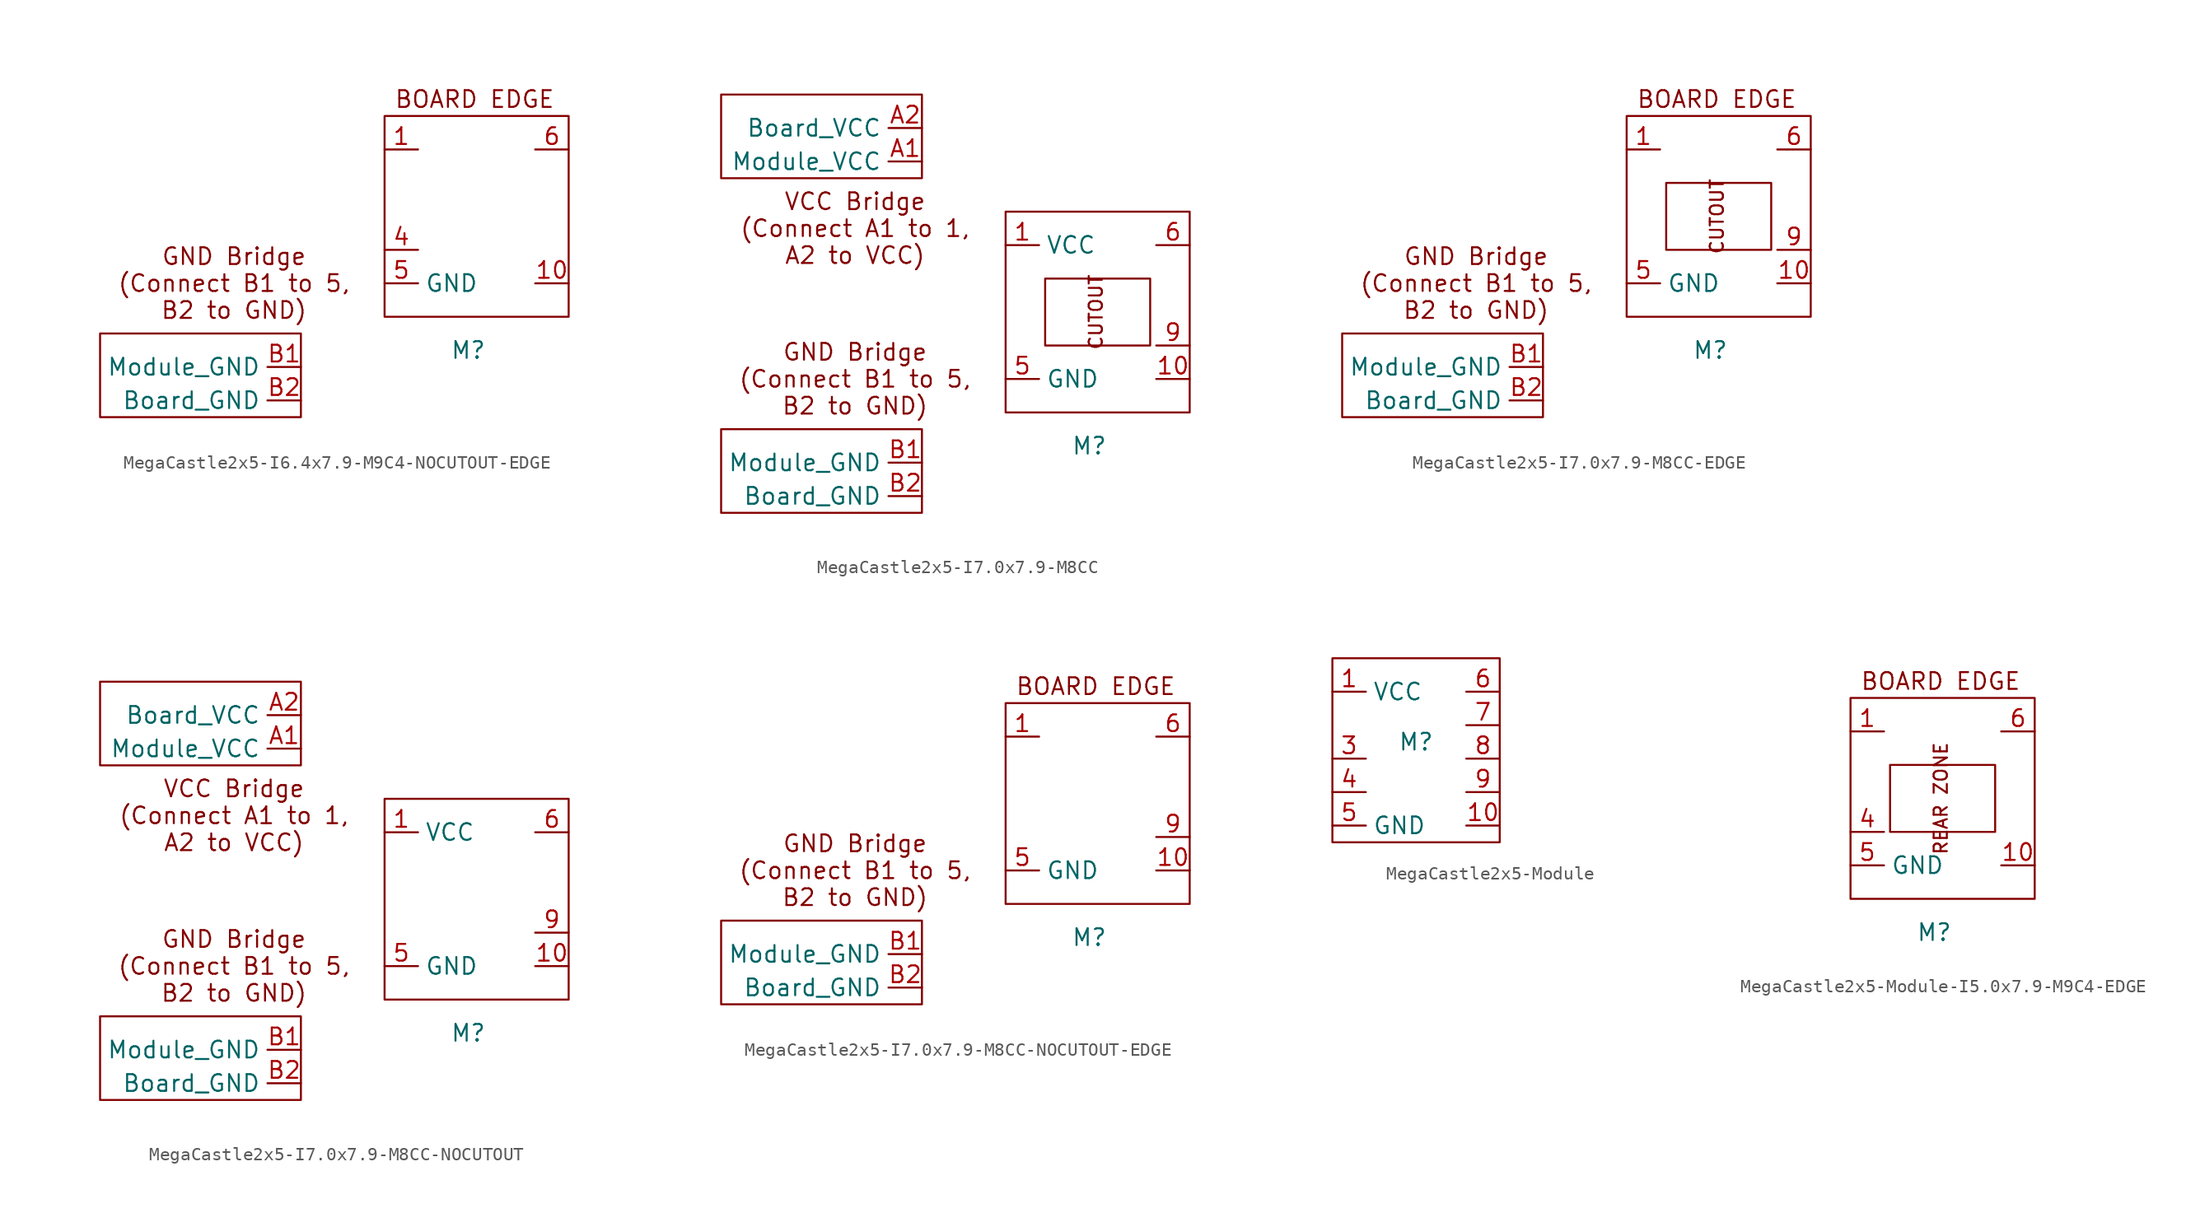
<source format=kicad_sym>
(kicad_symbol_lib
  (version 20241209)
  (generator "kicad_symbol_editor")
  (generator_version "9.0")
  (symbol "MegaCastle2x5-I6.4x7.9-M9C4-NOCUTOUT-EDGE"
    (property "Reference" "M"
      (at 0 -10.16 0)
      (effects (font (size 1.27 1.27))))
    (property "Value" ""
      (at 0 5.08 0)
      (effects (font (size 1.27 1.27))))
    (symbol "MegaCastle2x5-I6.4x7.9-M9C4-NOCUTOUT-EDGE_0_1"
      (rectangle (start -27.94 -8.89) (end -12.7 -15.24) (stroke (width 0) (type default)) (fill (type none)))
      (rectangle (start -6.35 7.62) (end 7.62 -7.62) (stroke (width 0) (type default)) (fill (type none))))
    (symbol "MegaCastle2x5-I6.4x7.9-M9C4-NOCUTOUT-EDGE_1_1"
      (text "GND Bridge\n(Connect B1 to 5,\nB2 to GND)" (at -17.78 -5.08 0) (effects (font (size 1.27 1.27))))
      (text " BOARD EDGE" (at 0 8.89 0) (effects (font (size 1.27 1.27))))
      (pin bidirectional line (at -12.7 -11.43 180) (length 2.54) (name "Module_GND" (effects (font (size 1.27 1.27)))) (number "B1" (effects (font (size 1.27 1.27)))))
      (pin bidirectional line (at -12.7 -13.97 180) (length 2.54) (name "Board_GND" (effects (font (size 1.27 1.27)))) (number "B2" (effects (font (size 1.27 1.27)))))
      (pin bidirectional line (at -6.35 5.08 0) (length 2.54) (name "" (effects (font (size 1.27 1.27)))) (number "1" (effects (font (size 1.27 1.27)))))
      (pin bidirectional line (at -6.35 -2.54 0) (length 2.54) (name "" (effects (font (size 1.27 1.27)))) (number "4" (effects (font (size 1.27 1.27)))))
      (pin bidirectional line (at -6.35 -5.08 0) (length 2.54) (name "GND" (effects (font (size 1.27 1.27)))) (number "5" (effects (font (size 1.27 1.27)))))
      (pin bidirectional line (at 7.62 5.08 180) (length 2.54) (name "" (effects (font (size 1.27 1.27)))) (number "6" (effects (font (size 1.27 1.27)))))
      (pin bidirectional line (at 7.62 -5.08 180) (length 2.54) (name "" (effects (font (size 1.27 1.27)))) (number "10" (effects (font (size 1.27 1.27)))))))
  (symbol "MegaCastle2x5-I7.0x7.9-M8CC"
    (property "Reference" "M"
      (at 0 -10.16 0)
      (effects (font (size 1.27 1.27))))
    (property "Value" ""
      (at 0 5.08 0)
      (effects (font (size 1.27 1.27))))
    (symbol "MegaCastle2x5-I7.0x7.9-M8CC_0_1"
      (rectangle (start -27.94 16.51) (end -12.7 10.16) (stroke (width 0) (type default)) (fill (type none)))
      (rectangle (start -27.94 -8.89) (end -12.7 -15.24) (stroke (width 0) (type default)) (fill (type none)))
      (rectangle (start -6.35 7.62) (end 7.62 -7.62) (stroke (width 0) (type default)) (fill (type none)))
      (rectangle (start -3.35 2.54) (end 4.62 -2.54) (stroke (width 0) (type default)) (fill (type none))))
    (symbol "MegaCastle2x5-I7.0x7.9-M8CC_1_1"
      (text "VCC Bridge\n(Connect A1 to 1,\nA2 to VCC)" (at -17.78 6.35 0) (effects (font (size 1.27 1.27))))
      (text "GND Bridge\n(Connect B1 to 5,\nB2 to GND)" (at -17.78 -5.08 0) (effects (font (size 1.27 1.27))))
      (text "CUTOUT" (at 0.5 0 900) (effects (font (size 1 1))))
      (pin bidirectional line (at -12.7 13.97 180) (length 2.54) (name "Board_VCC" (effects (font (size 1.27 1.27)))) (number "A2" (effects (font (size 1.27 1.27)))))
      (pin bidirectional line (at -12.7 11.43 180) (length 2.54) (name "Module_VCC" (effects (font (size 1.27 1.27)))) (number "A1" (effects (font (size 1.27 1.27)))))
      (pin bidirectional line (at -12.7 -11.43 180) (length 2.54) (name "Module_GND" (effects (font (size 1.27 1.27)))) (number "B1" (effects (font (size 1.27 1.27)))))
      (pin bidirectional line (at -12.7 -13.97 180) (length 2.54) (name "Board_GND" (effects (font (size 1.27 1.27)))) (number "B2" (effects (font (size 1.27 1.27)))))
      (pin bidirectional line (at -6.35 5.08 0) (length 2.54) (name "VCC" (effects (font (size 1.27 1.27)))) (number "1" (effects (font (size 1.27 1.27)))))
      (pin bidirectional line (at -6.35 -5.08 0) (length 2.54) (name "GND" (effects (font (size 1.27 1.27)))) (number "5" (effects (font (size 1.27 1.27)))))
      (pin bidirectional line (at 7.62 5.08 180) (length 2.54) (name "" (effects (font (size 1.27 1.27)))) (number "6" (effects (font (size 1.27 1.27)))))
      (pin bidirectional line (at 7.62 -2.54 180) (length 2.54) (name "" (effects (font (size 1.27 1.27)))) (number "9" (effects (font (size 1.27 1.27)))))
      (pin bidirectional line (at 7.62 -5.08 180) (length 2.54) (name "" (effects (font (size 1.27 1.27)))) (number "10" (effects (font (size 1.27 1.27)))))))
  (symbol "MegaCastle2x5-I7.0x7.9-M8CC-EDGE"
    (property "Reference" "M"
      (at 0 -10.16 0)
      (effects (font (size 1.27 1.27))))
    (property "Value" ""
      (at 0 5.08 0)
      (effects (font (size 1.27 1.27))))
    (symbol "MegaCastle2x5-I7.0x7.9-M8CC-EDGE_0_1"
      (rectangle (start -27.94 -8.89) (end -12.7 -15.24) (stroke (width 0) (type default)) (fill (type none)))
      (rectangle (start -6.35 7.62) (end 7.62 -7.62) (stroke (width 0) (type default)) (fill (type none)))
      (rectangle (start -3.35 2.54) (end 4.62 -2.54) (stroke (width 0) (type default)) (fill (type none))))
    (symbol "MegaCastle2x5-I7.0x7.9-M8CC-EDGE_1_1"
      (text "GND Bridge\n(Connect B1 to 5,\nB2 to GND)" (at -17.78 -5.08 0) (effects (font (size 1.27 1.27))))
      (text " BOARD EDGE" (at 0 8.89 0) (effects (font (size 1.27 1.27))))
      (text "CUTOUT" (at 0.5 0 900) (effects (font (size 1 1))))
      (pin bidirectional line (at -12.7 -11.43 180) (length 2.54) (name "Module_GND" (effects (font (size 1.27 1.27)))) (number "B1" (effects (font (size 1.27 1.27)))))
      (pin bidirectional line (at -12.7 -13.97 180) (length 2.54) (name "Board_GND" (effects (font (size 1.27 1.27)))) (number "B2" (effects (font (size 1.27 1.27)))))
      (pin bidirectional line (at -6.35 5.08 0) (length 2.54) (name "" (effects (font (size 1.27 1.27)))) (number "1" (effects (font (size 1.27 1.27)))))
      (pin bidirectional line (at -6.35 -5.08 0) (length 2.54) (name "GND" (effects (font (size 1.27 1.27)))) (number "5" (effects (font (size 1.27 1.27)))))
      (pin bidirectional line (at 7.62 5.08 180) (length 2.54) (name "" (effects (font (size 1.27 1.27)))) (number "6" (effects (font (size 1.27 1.27)))))
      (pin bidirectional line (at 7.62 -2.54 180) (length 2.54) (name "" (effects (font (size 1.27 1.27)))) (number "9" (effects (font (size 1.27 1.27)))))
      (pin bidirectional line (at 7.62 -5.08 180) (length 2.54) (name "" (effects (font (size 1.27 1.27)))) (number "10" (effects (font (size 1.27 1.27)))))))
  (symbol "MegaCastle2x5-I7.0x7.9-M8CC-NOCUTOUT"
    (property "Reference" "M"
      (at 0 -10.16 0)
      (effects (font (size 1.27 1.27))))
    (property "Value" ""
      (at 0 5.08 0)
      (effects (font (size 1.27 1.27))))
    (symbol "MegaCastle2x5-I7.0x7.9-M8CC-NOCUTOUT_0_1"
      (rectangle (start -27.94 16.51) (end -12.7 10.16) (stroke (width 0) (type default)) (fill (type none)))
      (rectangle (start -27.94 -8.89) (end -12.7 -15.24) (stroke (width 0) (type default)) (fill (type none)))
      (rectangle (start -6.35 7.62) (end 7.62 -7.62) (stroke (width 0) (type default)) (fill (type none))))
    (symbol "MegaCastle2x5-I7.0x7.9-M8CC-NOCUTOUT_1_1"
      (text "VCC Bridge\n(Connect A1 to 1,\nA2 to VCC)" (at -17.78 6.35 0) (effects (font (size 1.27 1.27))))
      (text "GND Bridge\n(Connect B1 to 5,\nB2 to GND)" (at -17.78 -5.08 0) (effects (font (size 1.27 1.27))))
      (pin bidirectional line (at -12.7 13.97 180) (length 2.54) (name "Board_VCC" (effects (font (size 1.27 1.27)))) (number "A2" (effects (font (size 1.27 1.27)))))
      (pin bidirectional line (at -12.7 11.43 180) (length 2.54) (name "Module_VCC" (effects (font (size 1.27 1.27)))) (number "A1" (effects (font (size 1.27 1.27)))))
      (pin bidirectional line (at -12.7 -11.43 180) (length 2.54) (name "Module_GND" (effects (font (size 1.27 1.27)))) (number "B1" (effects (font (size 1.27 1.27)))))
      (pin bidirectional line (at -12.7 -13.97 180) (length 2.54) (name "Board_GND" (effects (font (size 1.27 1.27)))) (number "B2" (effects (font (size 1.27 1.27)))))
      (pin bidirectional line (at -6.35 5.08 0) (length 2.54) (name "VCC" (effects (font (size 1.27 1.27)))) (number "1" (effects (font (size 1.27 1.27)))))
      (pin bidirectional line (at -6.35 -5.08 0) (length 2.54) (name "GND" (effects (font (size 1.27 1.27)))) (number "5" (effects (font (size 1.27 1.27)))))
      (pin bidirectional line (at 7.62 5.08 180) (length 2.54) (name "" (effects (font (size 1.27 1.27)))) (number "6" (effects (font (size 1.27 1.27)))))
      (pin bidirectional line (at 7.62 -2.54 180) (length 2.54) (name "" (effects (font (size 1.27 1.27)))) (number "9" (effects (font (size 1.27 1.27)))))
      (pin bidirectional line (at 7.62 -5.08 180) (length 2.54) (name "" (effects (font (size 1.27 1.27)))) (number "10" (effects (font (size 1.27 1.27)))))))
  (symbol "MegaCastle2x5-I7.0x7.9-M8CC-NOCUTOUT-EDGE"
    (property "Reference" "M"
      (at 0 -10.16 0)
      (effects (font (size 1.27 1.27))))
    (property "Value" ""
      (at 0 5.08 0)
      (effects (font (size 1.27 1.27))))
    (symbol "MegaCastle2x5-I7.0x7.9-M8CC-NOCUTOUT-EDGE_0_1"
      (rectangle (start -27.94 -8.89) (end -12.7 -15.24) (stroke (width 0) (type default)) (fill (type none)))
      (rectangle (start -6.35 7.62) (end 7.62 -7.62) (stroke (width 0) (type default)) (fill (type none))))
    (symbol "MegaCastle2x5-I7.0x7.9-M8CC-NOCUTOUT-EDGE_1_1"
      (text "GND Bridge\n(Connect B1 to 5,\nB2 to GND)" (at -17.78 -5.08 0) (effects (font (size 1.27 1.27))))
      (text " BOARD EDGE" (at 0 8.89 0) (effects (font (size 1.27 1.27))))
      (pin bidirectional line (at -12.7 -11.43 180) (length 2.54) (name "Module_GND" (effects (font (size 1.27 1.27)))) (number "B1" (effects (font (size 1.27 1.27)))))
      (pin bidirectional line (at -12.7 -13.97 180) (length 2.54) (name "Board_GND" (effects (font (size 1.27 1.27)))) (number "B2" (effects (font (size 1.27 1.27)))))
      (pin bidirectional line (at -6.35 5.08 0) (length 2.54) (name "" (effects (font (size 1.27 1.27)))) (number "1" (effects (font (size 1.27 1.27)))))
      (pin bidirectional line (at -6.35 -5.08 0) (length 2.54) (name "GND" (effects (font (size 1.27 1.27)))) (number "5" (effects (font (size 1.27 1.27)))))
      (pin bidirectional line (at 7.62 5.08 180) (length 2.54) (name "" (effects (font (size 1.27 1.27)))) (number "6" (effects (font (size 1.27 1.27)))))
      (pin bidirectional line (at 7.62 -2.54 180) (length 2.54) (name "" (effects (font (size 1.27 1.27)))) (number "9" (effects (font (size 1.27 1.27)))))
      (pin bidirectional line (at 7.62 -5.08 180) (length 2.54) (name "" (effects (font (size 1.27 1.27)))) (number "10" (effects (font (size 1.27 1.27)))))))
  (symbol "MegaCastle2x5-Module"
    (property "Reference" "M"
      (at 0 0 0)
      (effects (font (size 1.27 1.27))))
    (property "Value" ""
      (at 17.78 0 0)
      (effects (font (size 1.27 1.27))))
    (symbol "MegaCastle2x5-Module_0_1"
      (rectangle (start -6.35 6.35) (end 6.35 -7.62) (stroke (width 0) (type default)) (fill (type none))))
    (symbol "MegaCastle2x5-Module_1_1"
      (pin bidirectional line (at -6.35 3.81 0) (length 2.54) (name "VCC" (effects (font (size 1.27 1.27)))) (number "1" (effects (font (size 1.27 1.27)))))
      (pin bidirectional line (at -6.35 -1.27 0) (length 2.54) (name "" (effects (font (size 1.27 1.27)))) (number "3" (effects (font (size 1.27 1.27)))))
      (pin bidirectional line (at -6.35 -3.81 0) (length 2.54) (name "" (effects (font (size 1.27 1.27)))) (number "4" (effects (font (size 1.27 1.27)))))
      (pin bidirectional line (at -6.35 -6.35 0) (length 2.54) (name "GND" (effects (font (size 1.27 1.27)))) (number "5" (effects (font (size 1.27 1.27)))))
      (pin bidirectional line (at 6.35 3.81 180) (length 2.54) (name "" (effects (font (size 1.27 1.27)))) (number "6" (effects (font (size 1.27 1.27)))))
      (pin bidirectional line (at 6.35 1.27 180) (length 2.54) (name "" (effects (font (size 1.27 1.27)))) (number "7" (effects (font (size 1.27 1.27)))))
      (pin bidirectional line (at 6.35 -1.27 180) (length 2.54) (name "" (effects (font (size 1.27 1.27)))) (number "8" (effects (font (size 1.27 1.27)))))
      (pin bidirectional line (at 6.35 -3.81 180) (length 2.54) (name "" (effects (font (size 1.27 1.27)))) (number "9" (effects (font (size 1.27 1.27)))))
      (pin bidirectional line (at 6.35 -6.35 180) (length 2.54) (name "" (effects (font (size 1.27 1.27)))) (number "10" (effects (font (size 1.27 1.27)))))))
  (symbol "MegaCastle2x5-Module-I5.0x7.9-M9C4-EDGE"
    (property "Reference" "M"
      (at 0 -10.16 0)
      (effects (font (size 1.27 1.27))))
    (property "Value" ""
      (at 0 5.08 0)
      (effects (font (size 1.27 1.27))))
    (symbol "MegaCastle2x5-Module-I5.0x7.9-M9C4-EDGE_0_1"
      (rectangle (start -6.35 7.62) (end 7.62 -7.62) (stroke (width 0) (type default)) (fill (type none)))
      (rectangle (start -3.35 2.54) (end 4.62 -2.54) (stroke (width 0) (type default)) (fill (type none))))
    (symbol "MegaCastle2x5-Module-I5.0x7.9-M9C4-EDGE_1_1"
      (text " BOARD EDGE" (at 0 8.89 0) (effects (font (size 1.27 1.27))))
      (text "REAR ZONE" (at 0.5 0 900) (effects (font (size 1 1))))
      (pin bidirectional line (at -6.35 5.08 0) (length 2.54) (name "" (effects (font (size 1.27 1.27)))) (number "1" (effects (font (size 1.27 1.27)))))
      (pin bidirectional line (at -6.35 -2.54 0) (length 2.54) (name "" (effects (font (size 1.27 1.27)))) (number "4" (effects (font (size 1.27 1.27)))))
      (pin bidirectional line (at -6.35 -5.08 0) (length 2.54) (name "GND" (effects (font (size 1.27 1.27)))) (number "5" (effects (font (size 1.27 1.27)))))
      (pin bidirectional line (at 7.62 5.08 180) (length 2.54) (name "" (effects (font (size 1.27 1.27)))) (number "6" (effects (font (size 1.27 1.27)))))
      (pin bidirectional line (at 7.62 -5.08 180) (length 2.54) (name "" (effects (font (size 1.27 1.27)))) (number "10" (effects (font (size 1.27 1.27))))))))
</source>
